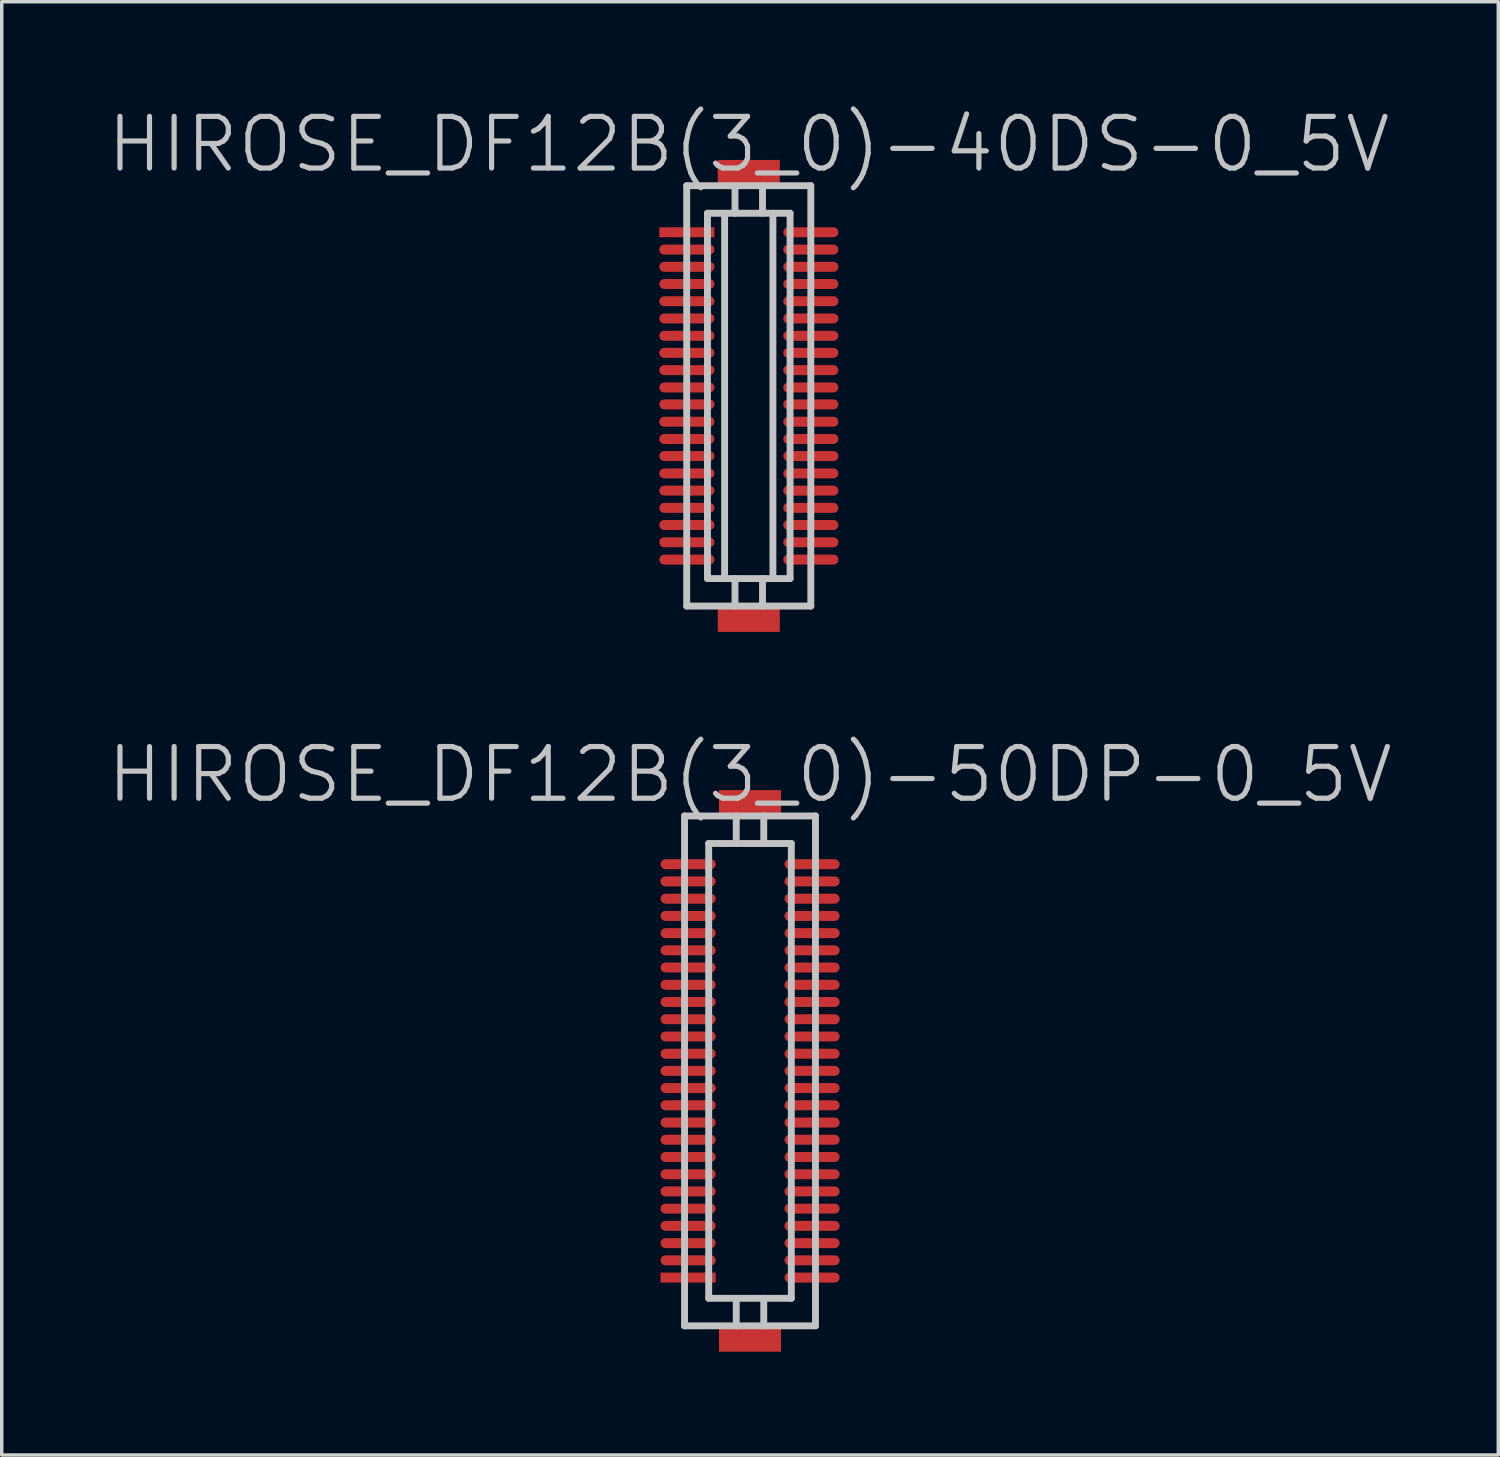
<source format=kicad_pcb>
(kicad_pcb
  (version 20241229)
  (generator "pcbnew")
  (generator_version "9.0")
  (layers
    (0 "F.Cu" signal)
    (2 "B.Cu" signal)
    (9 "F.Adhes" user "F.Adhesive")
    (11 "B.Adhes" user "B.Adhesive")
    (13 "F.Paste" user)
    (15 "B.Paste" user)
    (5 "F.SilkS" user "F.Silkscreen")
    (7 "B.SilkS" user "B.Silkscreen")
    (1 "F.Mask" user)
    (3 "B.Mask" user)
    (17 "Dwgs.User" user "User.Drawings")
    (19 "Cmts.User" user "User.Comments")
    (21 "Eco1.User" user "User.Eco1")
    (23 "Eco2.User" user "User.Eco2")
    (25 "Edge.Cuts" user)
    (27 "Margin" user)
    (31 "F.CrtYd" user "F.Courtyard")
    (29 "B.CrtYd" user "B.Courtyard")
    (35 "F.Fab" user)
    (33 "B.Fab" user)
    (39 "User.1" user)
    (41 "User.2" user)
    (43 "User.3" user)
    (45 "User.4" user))
  (footprint "HIROSE_DF12B(3_0)-40DS-0_5V"
    (layer "F.Cu")
    (at 18.682 8.441)
    (property "Reference" "HIROSE_DF12B(3_0)-40DS-0_5V" (at 0 -7.3 180) (layer "Dwgs.User") (effects (font (size 1.5 1.5) (thickness 0.15))))
    (attr smd)
    (fp_line (start -1.801 -6.101) (end 1.801 -6.101) (stroke (width 0.2) (type solid)) (layer "Dwgs.User"))
    (fp_line (start -1.801 6.101) (end -1.801 -6.101) (stroke (width 0.2) (type solid)) (layer "Dwgs.User"))
    (fp_line (start -1.199 -5.301) (end -1.199 5.301) (stroke (width 0.2) (type solid)) (layer "Dwgs.User"))
    (fp_line (start -1.199 -5.301) (end 1.199 -5.301) (stroke (width 0.2) (type solid)) (layer "Dwgs.User"))
    (fp_line (start -0.701 5.301) (end -0.701 -5.301) (stroke (width 0.2) (type solid)) (layer "Dwgs.User"))
    (fp_line (start -0.399 -5.301) (end -0.399 -6.101) (stroke (width 0.2) (type solid)) (layer "Dwgs.User"))
    (fp_line (start -0.399 6.101) (end -0.399 5.301) (stroke (width 0.2) (type solid)) (layer "Dwgs.User"))
    (fp_line (start 0.399 -5.301) (end 0.399 -6.101) (stroke (width 0.2) (type solid)) (layer "Dwgs.User"))
    (fp_line (start 0.399 5.301) (end 0.399 6.101) (stroke (width 0.2) (type solid)) (layer "Dwgs.User"))
    (fp_line (start 0.701 -5.301) (end 0.701 5.301) (stroke (width 0.2) (type solid)) (layer "Dwgs.User"))
    (fp_line (start 1.199 5.301) (end -1.199 5.301) (stroke (width 0.2) (type solid)) (layer "Dwgs.User"))
    (fp_line (start 1.199 5.301) (end 1.199 -5.301) (stroke (width 0.2) (type solid)) (layer "Dwgs.User"))
    (fp_line (start 1.801 -6.101) (end 1.801 6.101) (stroke (width 0.2) (type solid)) (layer "Dwgs.User"))
    (fp_line (start 1.801 6.099) (end -1.801 6.099) (stroke (width 0.2) (type solid)) (layer "Dwgs.User"))
    (pad "" smd rect (at 0 -6.449 270) (size 0.8 1.8) (layers "F.Cu" "F.Mask" "F.Paste"))
    (pad "" smd rect (at 0 6.449 270) (size 0.8 1.8) (layers "F.Cu" "F.Mask" "F.Paste"))
    (pad "1" smd rect (at -1.796 -4.75 270) (size 0.29 1.6) (layers "F.Cu" "F.Mask" "F.Paste"))
    (pad "2" smd oval (at -1.796 -4.247 270) (size 0.29 1.6) (layers "F.Cu" "F.Mask" "F.Paste"))
    (pad "3" smd oval (at -1.796 -3.747 270) (size 0.29 1.6) (layers "F.Cu" "F.Mask" "F.Paste"))
    (pad "4" smd oval (at -1.796 -3.249 270) (size 0.29 1.6) (layers "F.Cu" "F.Mask" "F.Paste"))
    (pad "5" smd oval (at -1.796 -2.748 270) (size 0.29 1.6) (layers "F.Cu" "F.Mask" "F.Paste"))
    (pad "6" smd oval (at -1.796 -2.248 270) (size 0.29 1.6) (layers "F.Cu" "F.Mask" "F.Paste"))
    (pad "7" smd oval (at -1.796 -1.745 270) (size 0.29 1.6) (layers "F.Cu" "F.Mask" "F.Paste"))
    (pad "8" smd oval (at -1.796 -1.25 270) (size 0.29 1.6) (layers "F.Cu" "F.Mask" "F.Paste"))
    (pad "9" smd oval (at -1.796 -0.749 270) (size 0.29 1.6) (layers "F.Cu" "F.Mask" "F.Paste"))
    (pad "10" smd oval (at -1.796 -0.246 270) (size 0.29 1.6) (layers "F.Cu" "F.Mask" "F.Paste"))
    (pad "11" smd oval (at -1.796 0.246 270) (size 0.29 1.6) (layers "F.Cu" "F.Mask" "F.Paste"))
    (pad "12" smd oval (at -1.796 0.749 270) (size 0.29 1.6) (layers "F.Cu" "F.Mask" "F.Paste"))
    (pad "13" smd oval (at -1.796 1.25 270) (size 0.29 1.6) (layers "F.Cu" "F.Mask" "F.Paste"))
    (pad "14" smd oval (at -1.796 1.745 270) (size 0.29 1.6) (layers "F.Cu" "F.Mask" "F.Paste"))
    (pad "15" smd oval (at -1.796 2.248 270) (size 0.29 1.6) (layers "F.Cu" "F.Mask" "F.Paste"))
    (pad "16" smd oval (at -1.796 2.748 270) (size 0.29 1.6) (layers "F.Cu" "F.Mask" "F.Paste"))
    (pad "17" smd oval (at -1.796 3.249 270) (size 0.29 1.6) (layers "F.Cu" "F.Mask" "F.Paste"))
    (pad "18" smd oval (at -1.796 3.747 270) (size 0.29 1.6) (layers "F.Cu" "F.Mask" "F.Paste"))
    (pad "19" smd oval (at -1.796 4.247 270) (size 0.29 1.6) (layers "F.Cu" "F.Mask" "F.Paste"))
    (pad "20" smd oval (at -1.796 4.75 270) (size 0.29 1.6) (layers "F.Cu" "F.Mask" "F.Paste"))
    (pad "21" smd oval (at 1.801 4.75 270) (size 0.29 1.6) (layers "F.Cu" "F.Mask" "F.Paste"))
    (pad "22" smd oval (at 1.801 4.247 270) (size 0.29 1.6) (layers "F.Cu" "F.Mask" "F.Paste"))
    (pad "23" smd oval (at 1.801 3.747 270) (size 0.29 1.6) (layers "F.Cu" "F.Mask" "F.Paste"))
    (pad "24" smd oval (at 1.801 3.249 270) (size 0.29 1.6) (layers "F.Cu" "F.Mask" "F.Paste"))
    (pad "25" smd oval (at 1.801 2.748 270) (size 0.29 1.6) (layers "F.Cu" "F.Mask" "F.Paste"))
    (pad "26" smd oval (at 1.801 2.248 270) (size 0.29 1.6) (layers "F.Cu" "F.Mask" "F.Paste"))
    (pad "27" smd oval (at 1.801 1.745 270) (size 0.29 1.6) (layers "F.Cu" "F.Mask" "F.Paste"))
    (pad "28" smd oval (at 1.801 1.25 270) (size 0.29 1.6) (layers "F.Cu" "F.Mask" "F.Paste"))
    (pad "29" smd oval (at 1.801 0.749 270) (size 0.29 1.6) (layers "F.Cu" "F.Mask" "F.Paste"))
    (pad "30" smd oval (at 1.801 0.246 270) (size 0.29 1.6) (layers "F.Cu" "F.Mask" "F.Paste"))
    (pad "31" smd oval (at 1.801 -0.246 270) (size 0.29 1.6) (layers "F.Cu" "F.Mask" "F.Paste"))
    (pad "32" smd oval (at 1.801 -0.749 270) (size 0.29 1.6) (layers "F.Cu" "F.Mask" "F.Paste"))
    (pad "33" smd oval (at 1.801 -1.25 270) (size 0.29 1.6) (layers "F.Cu" "F.Mask" "F.Paste"))
    (pad "34" smd oval (at 1.801 -1.745 270) (size 0.29 1.6) (layers "F.Cu" "F.Mask" "F.Paste"))
    (pad "35" smd oval (at 1.801 -2.248 270) (size 0.29 1.6) (layers "F.Cu" "F.Mask" "F.Paste"))
    (pad "36" smd oval (at 1.801 -2.748 270) (size 0.29 1.6) (layers "F.Cu" "F.Mask" "F.Paste"))
    (pad "37" smd oval (at 1.801 -3.249 270) (size 0.29 1.6) (layers "F.Cu" "F.Mask" "F.Paste"))
    (pad "38" smd oval (at 1.801 -3.747 270) (size 0.29 1.6) (layers "F.Cu" "F.Mask" "F.Paste"))
    (pad "39" smd oval (at 1.801 -4.247 270) (size 0.29 1.6) (layers "F.Cu" "F.Mask" "F.Paste"))
    (pad "40" smd oval (at 1.801 -4.75 270) (size 0.29 1.6) (layers "F.Cu" "F.Mask" "F.Paste")))
  (footprint "HIROSE_DF12B(3_0)-50DP-0_5V"
    (layer "F.Cu")
    (at 18.718 28.031)
    (property "Reference" "HIROSE_DF12B(3_0)-50DP-0_5V" (at 0 -8.6 180) (layer "Dwgs.User") (effects (font (size 1.5 1.5) (thickness 0.15))))
    (attr smd)
    (fp_line (start -1.9 -7.399) (end -1.9 7.399) (stroke (width 0.2) (type solid)) (layer "Dwgs.User"))
    (fp_line (start -1.9 7.399) (end 1.9 7.399) (stroke (width 0.2) (type solid)) (layer "Dwgs.User"))
    (fp_line (start -1.199 -6.599) (end 1.199 -6.599) (stroke (width 0.2) (type solid)) (layer "Dwgs.User"))
    (fp_line (start -1.199 6.599) (end -1.199 -6.599) (stroke (width 0.2) (type solid)) (layer "Dwgs.User"))
    (fp_line (start -0.399 -6.601) (end -0.399 -7.402) (stroke (width 0.2) (type solid)) (layer "Dwgs.User"))
    (fp_line (start -0.399 7.404) (end -0.399 6.604) (stroke (width 0.2) (type solid)) (layer "Dwgs.User"))
    (fp_line (start 0.399 -6.601) (end 0.399 -7.402) (stroke (width 0.2) (type solid)) (layer "Dwgs.User"))
    (fp_line (start 0.399 6.601) (end 0.399 7.402) (stroke (width 0.2) (type solid)) (layer "Dwgs.User"))
    (fp_line (start 1.199 -6.599) (end 1.199 6.599) (stroke (width 0.2) (type solid)) (layer "Dwgs.User"))
    (fp_line (start 1.199 6.601) (end -1.199 6.601) (stroke (width 0.2) (type solid)) (layer "Dwgs.User"))
    (fp_line (start 1.9 -7.399) (end -1.9 -7.399) (stroke (width 0.2) (type solid)) (layer "Dwgs.User"))
    (fp_line (start 1.9 7.399) (end 1.9 -7.399) (stroke (width 0.2) (type solid)) (layer "Dwgs.User"))
    (pad "" smd rect (at 0 -7.75 270) (size 0.8 1.8) (layers "F.Cu" "F.Mask" "F.Paste"))
    (pad "" smd rect (at 0 7.75 270) (size 0.8 1.8) (layers "F.Cu" "F.Mask" "F.Paste"))
    (pad "1" smd rect (at -1.796 5.999 270) (size 0.29 1.6) (layers "F.Cu" "F.Mask" "F.Paste"))
    (pad "2" smd oval (at -1.796 5.499 270) (size 0.29 1.6) (layers "F.Cu" "F.Mask" "F.Paste"))
    (pad "3" smd oval (at -1.796 4.999 270) (size 0.29 1.6) (layers "F.Cu" "F.Mask" "F.Paste"))
    (pad "4" smd oval (at -1.796 4.498 270) (size 0.29 1.6) (layers "F.Cu" "F.Mask" "F.Paste"))
    (pad "5" smd oval (at -1.796 3.998 270) (size 0.29 1.6) (layers "F.Cu" "F.Mask" "F.Paste"))
    (pad "6" smd oval (at -1.796 3.498 270) (size 0.29 1.6) (layers "F.Cu" "F.Mask" "F.Paste"))
    (pad "7" smd oval (at -1.796 3 270) (size 0.29 1.6) (layers "F.Cu" "F.Mask" "F.Paste"))
    (pad "8" smd oval (at -1.796 2.499 270) (size 0.29 1.6) (layers "F.Cu" "F.Mask" "F.Paste"))
    (pad "9" smd oval (at -1.796 1.999 270) (size 0.29 1.6) (layers "F.Cu" "F.Mask" "F.Paste"))
    (pad "10" smd oval (at -1.796 1.499 270) (size 0.29 1.6) (layers "F.Cu" "F.Mask" "F.Paste"))
    (pad "11" smd oval (at -1.796 0.998 270) (size 0.29 1.6) (layers "F.Cu" "F.Mask" "F.Paste"))
    (pad "12" smd oval (at -1.796 0.498 270) (size 0.29 1.6) (layers "F.Cu" "F.Mask" "F.Paste"))
    (pad "13" smd oval (at -1.796 0 270) (size 0.29 1.6) (layers "F.Cu" "F.Mask" "F.Paste"))
    (pad "14" smd oval (at -1.796 -0.498 270) (size 0.29 1.6) (layers "F.Cu" "F.Mask" "F.Paste"))
    (pad "15" smd oval (at -1.796 -0.998 270) (size 0.29 1.6) (layers "F.Cu" "F.Mask" "F.Paste"))
    (pad "16" smd oval (at -1.796 -1.499 270) (size 0.29 1.6) (layers "F.Cu" "F.Mask" "F.Paste"))
    (pad "17" smd oval (at -1.796 -1.999 270) (size 0.29 1.6) (layers "F.Cu" "F.Mask" "F.Paste"))
    (pad "18" smd oval (at -1.796 -2.499 270) (size 0.29 1.6) (layers "F.Cu" "F.Mask" "F.Paste"))
    (pad "19" smd oval (at -1.796 -3 270) (size 0.29 1.6) (layers "F.Cu" "F.Mask" "F.Paste"))
    (pad "20" smd oval (at -1.796 -3.498 270) (size 0.29 1.6) (layers "F.Cu" "F.Mask" "F.Paste"))
    (pad "21" smd oval (at -1.796 -3.998 270) (size 0.29 1.6) (layers "F.Cu" "F.Mask" "F.Paste"))
    (pad "22" smd oval (at -1.796 -4.498 270) (size 0.29 1.6) (layers "F.Cu" "F.Mask" "F.Paste"))
    (pad "23" smd oval (at -1.796 -4.999 270) (size 0.29 1.6) (layers "F.Cu" "F.Mask" "F.Paste"))
    (pad "24" smd oval (at -1.796 -5.499 270) (size 0.29 1.6) (layers "F.Cu" "F.Mask" "F.Paste"))
    (pad "25" smd oval (at -1.796 -5.999 270) (size 0.29 1.6) (layers "F.Cu" "F.Mask" "F.Paste"))
    (pad "26" smd oval (at 1.801 -5.999 270) (size 0.29 1.6) (layers "F.Cu" "F.Mask" "F.Paste"))
    (pad "27" smd oval (at 1.801 -5.499 270) (size 0.29 1.6) (layers "F.Cu" "F.Mask" "F.Paste"))
    (pad "28" smd oval (at 1.801 -4.999 270) (size 0.29 1.6) (layers "F.Cu" "F.Mask" "F.Paste"))
    (pad "29" smd oval (at 1.801 -4.498 270) (size 0.29 1.6) (layers "F.Cu" "F.Mask" "F.Paste"))
    (pad "30" smd oval (at 1.801 -3.998 270) (size 0.29 1.6) (layers "F.Cu" "F.Mask" "F.Paste"))
    (pad "31" smd oval (at 1.801 -3.498 270) (size 0.29 1.6) (layers "F.Cu" "F.Mask" "F.Paste"))
    (pad "32" smd oval (at 1.801 -3 270) (size 0.29 1.6) (layers "F.Cu" "F.Mask" "F.Paste"))
    (pad "33" smd oval (at 1.801 -2.499 270) (size 0.29 1.6) (layers "F.Cu" "F.Mask" "F.Paste"))
    (pad "34" smd oval (at 1.801 -1.999 270) (size 0.29 1.6) (layers "F.Cu" "F.Mask" "F.Paste"))
    (pad "35" smd oval (at 1.801 -1.499 270) (size 0.29 1.6) (layers "F.Cu" "F.Mask" "F.Paste"))
    (pad "36" smd oval (at 1.801 -0.998 270) (size 0.29 1.6) (layers "F.Cu" "F.Mask" "F.Paste"))
    (pad "37" smd oval (at 1.801 -0.498 270) (size 0.29 1.6) (layers "F.Cu" "F.Mask" "F.Paste"))
    (pad "38" smd oval (at 1.801 0 270) (size 0.29 1.6) (layers "F.Cu" "F.Mask" "F.Paste"))
    (pad "39" smd oval (at 1.801 0.498 270) (size 0.29 1.6) (layers "F.Cu" "F.Mask" "F.Paste"))
    (pad "40" smd oval (at 1.801 0.998 270) (size 0.29 1.6) (layers "F.Cu" "F.Mask" "F.Paste"))
    (pad "41" smd oval (at 1.801 1.499 270) (size 0.29 1.6) (layers "F.Cu" "F.Mask" "F.Paste"))
    (pad "42" smd oval (at 1.801 1.999 270) (size 0.29 1.6) (layers "F.Cu" "F.Mask" "F.Paste"))
    (pad "43" smd oval (at 1.801 2.499 270) (size 0.29 1.6) (layers "F.Cu" "F.Mask" "F.Paste"))
    (pad "44" smd oval (at 1.801 3 270) (size 0.29 1.6) (layers "F.Cu" "F.Mask" "F.Paste"))
    (pad "45" smd oval (at 1.801 3.498 270) (size 0.29 1.6) (layers "F.Cu" "F.Mask" "F.Paste"))
    (pad "46" smd oval (at 1.801 3.998 270) (size 0.29 1.6) (layers "F.Cu" "F.Mask" "F.Paste"))
    (pad "47" smd oval (at 1.801 4.498 270) (size 0.29 1.6) (layers "F.Cu" "F.Mask" "F.Paste"))
    (pad "48" smd oval (at 1.801 4.999 270) (size 0.29 1.6) (layers "F.Cu" "F.Mask" "F.Paste"))
    (pad "49" smd oval (at 1.801 5.499 270) (size 0.29 1.6) (layers "F.Cu" "F.Mask" "F.Paste"))
    (pad "50" smd oval (at 1.801 5.999 270) (size 0.29 1.6) (layers "F.Cu" "F.Mask" "F.Paste")))
  (gr_rect
    (start -3 -3)
    (end 40.436 39.18)
    (stroke (width 0.1) (type default))
    (fill no)
    (layer "Edge.Cuts")))
</source>
